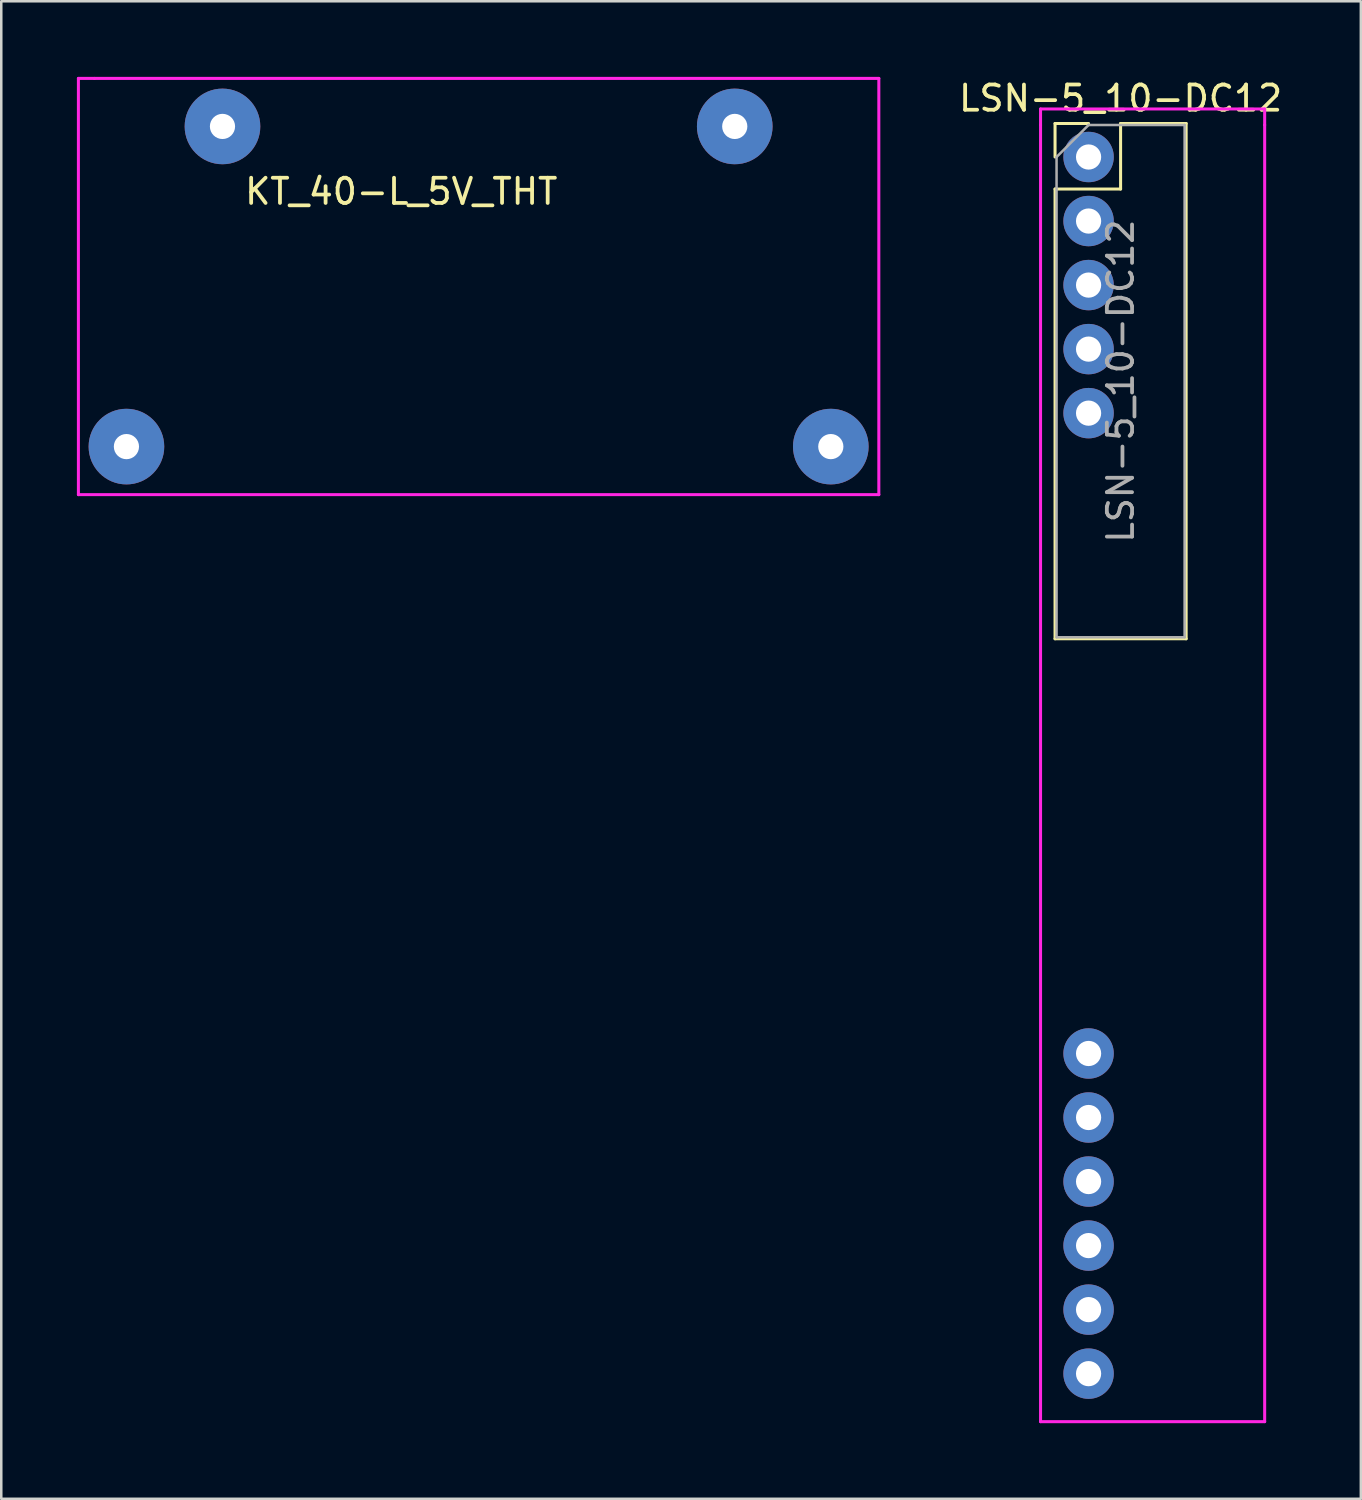
<source format=kicad_pcb>
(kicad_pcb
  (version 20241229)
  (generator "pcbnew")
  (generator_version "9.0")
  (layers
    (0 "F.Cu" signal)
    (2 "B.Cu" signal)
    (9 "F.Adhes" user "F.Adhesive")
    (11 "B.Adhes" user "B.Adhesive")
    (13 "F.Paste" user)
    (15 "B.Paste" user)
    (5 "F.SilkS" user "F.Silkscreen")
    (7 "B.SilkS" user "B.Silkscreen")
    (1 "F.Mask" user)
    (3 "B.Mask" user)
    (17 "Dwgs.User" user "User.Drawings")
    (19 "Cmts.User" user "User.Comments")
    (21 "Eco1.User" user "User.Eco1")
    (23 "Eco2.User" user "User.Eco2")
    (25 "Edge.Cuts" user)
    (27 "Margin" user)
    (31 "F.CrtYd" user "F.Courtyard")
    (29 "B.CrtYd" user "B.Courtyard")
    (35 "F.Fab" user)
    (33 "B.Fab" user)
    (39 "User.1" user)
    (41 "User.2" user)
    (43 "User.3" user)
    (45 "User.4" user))
  (footprint "KT_40-L_5V_THT"
    (layer "F.Cu")
    (at 1.965 14.665)
    (property "Reference" "KT_40-L_5V_THT" (at 10.9 -10.12 0) (layer "F.SilkS") (effects (font (size 1 1) (thickness 0.15))))
    (attr through_hole)
    (fp_line (start -1.905 -14.605) (end -1.27 -14.605) (stroke (width 0.12) (type solid)) (layer "F.CrtYd"))
    (fp_line (start -1.905 1.905) (end -1.905 -14.605) (stroke (width 0.12) (type solid)) (layer "F.CrtYd"))
    (fp_line (start -1.905 1.905) (end 29.845 1.905) (stroke (width 0.12) (type solid)) (layer "F.CrtYd"))
    (fp_line (start 29.845 -14.605) (end -1.27 -14.605) (stroke (width 0.12) (type solid)) (layer "F.CrtYd"))
    (fp_line (start 29.845 1.905) (end 29.845 -14.605) (stroke (width 0.12) (type solid)) (layer "F.CrtYd"))
    (pad "1" thru_hole circle (at 0 0) (size 3 3) (drill 1) (layers "*.Cu" "*.Mask"))
    (pad "2" thru_hole circle (at 3.81 -12.7) (size 3 3) (drill 1) (layers "*.Cu" "*.Mask"))
    (pad "6" thru_hole circle (at 24.13 -12.7) (size 3 3) (drill 1) (layers "*.Cu" "*.Mask"))
    (pad "7" thru_hole circle (at 27.94 0) (size 3 3) (drill 1) (layers "*.Cu" "*.Mask")))
  (footprint "LSN-5_10-DC12"
    (layer "F.Cu")
    (at 40.13 3.178)
    (property "Reference" "LSN-5_10-DC12" (at 1.27 -2.33 0) (layer "F.SilkS") (effects (font (size 1 1) (thickness 0.15))))
    (attr through_hole)
    (fp_line (start -1.33 -1.33) (end 0 -1.33) (stroke (width 0.12) (type solid)) (layer "F.SilkS"))
    (fp_line (start -1.33 0) (end -1.33 -1.33) (stroke (width 0.12) (type solid)) (layer "F.SilkS"))
    (fp_line (start -1.33 1.27) (end -1.33 19.11) (stroke (width 0.12) (type solid)) (layer "F.SilkS"))
    (fp_line (start -1.33 1.27) (end 1.27 1.27) (stroke (width 0.12) (type solid)) (layer "F.SilkS"))
    (fp_line (start -1.33 19.11) (end 3.87 19.11) (stroke (width 0.12) (type solid)) (layer "F.SilkS"))
    (fp_line (start 1.27 -1.33) (end 3.87 -1.33) (stroke (width 0.12) (type solid)) (layer "F.SilkS"))
    (fp_line (start 1.27 1.27) (end 1.27 -1.33) (stroke (width 0.12) (type solid)) (layer "F.SilkS"))
    (fp_line (start 3.87 -1.33) (end 3.87 19.11) (stroke (width 0.12) (type solid)) (layer "F.SilkS"))
    (fp_line (start -1.905 -1.905) (end -1.905 -1.27) (stroke (width 0.12) (type solid)) (layer "F.CrtYd"))
    (fp_line (start -1.905 -1.27) (end -1.905 50.165) (stroke (width 0.12) (type solid)) (layer "F.CrtYd"))
    (fp_line (start -1.905 50.165) (end 6.985 50.165) (stroke (width 0.12) (type solid)) (layer "F.CrtYd"))
    (fp_line (start 6.985 -1.905) (end -1.905 -1.905) (stroke (width 0.12) (type solid)) (layer "F.CrtYd"))
    (fp_line (start 6.985 -1.27) (end 6.985 -1.905) (stroke (width 0.12) (type solid)) (layer "F.CrtYd"))
    (fp_line (start 6.985 50.165) (end 6.985 -1.27) (stroke (width 0.12) (type solid)) (layer "F.CrtYd"))
    (fp_line (start -1.27 0) (end 0 -1.27) (stroke (width 0.1) (type solid)) (layer "F.Fab"))
    (fp_line (start -1.27 19.05) (end -1.27 0) (stroke (width 0.1) (type solid)) (layer "F.Fab"))
    (fp_line (start 0 -1.27) (end 3.81 -1.27) (stroke (width 0.1) (type solid)) (layer "F.Fab"))
    (fp_line (start 3.81 -1.27) (end 3.81 19.05) (stroke (width 0.1) (type solid)) (layer "F.Fab"))
    (fp_line (start 3.81 19.05) (end -1.27 19.05) (stroke (width 0.1) (type solid)) (layer "F.Fab"))
    (fp_text user "${REFERENCE}" (at 1.27 8.89 90) (layer "F.Fab") (effects (font (size 1 1) (thickness 0.15))))
    (pad "1" thru_hole circle (at 0 0) (size 2 2) (drill 1) (layers "*.Cu" "*.Mask"))
    (pad "2" thru_hole circle (at 0 2.54) (size 2 2) (drill 1) (layers "*.Cu" "*.Mask"))
    (pad "3" thru_hole circle (at 0 5.08) (size 2 2) (drill 1) (layers "*.Cu" "*.Mask"))
    (pad "4" thru_hole circle (at 0 7.62) (size 2 2) (drill 1) (layers "*.Cu" "*.Mask"))
    (pad "5" thru_hole circle (at 0 10.16) (size 2 2) (drill 1) (layers "*.Cu" "*.Mask"))
    (pad "6" thru_hole circle (at 0 35.56) (size 2 2) (drill 1) (layers "*.Cu" "*.Mask"))
    (pad "7" thru_hole circle (at 0 38.1) (size 2 2) (drill 1) (layers "*.Cu" "*.Mask"))
    (pad "8" thru_hole circle (at 0 40.64) (size 2 2) (drill 1) (layers "*.Cu" "*.Mask"))
    (pad "9" thru_hole circle (at 0 43.18) (size 2 2) (drill 1) (layers "*.Cu" "*.Mask"))
    (pad "10" thru_hole circle (at 0 45.72) (size 2 2) (drill 1) (layers "*.Cu" "*.Mask"))
    (pad "11" thru_hole circle (at 0 48.26) (size 2 2) (drill 1) (layers "*.Cu" "*.Mask")))
  (gr_rect
    (start -3 -3)
    (end 50.93 56.403)
    (stroke (width 0.1) (type default))
    (fill no)
    (layer "Edge.Cuts")))
</source>
